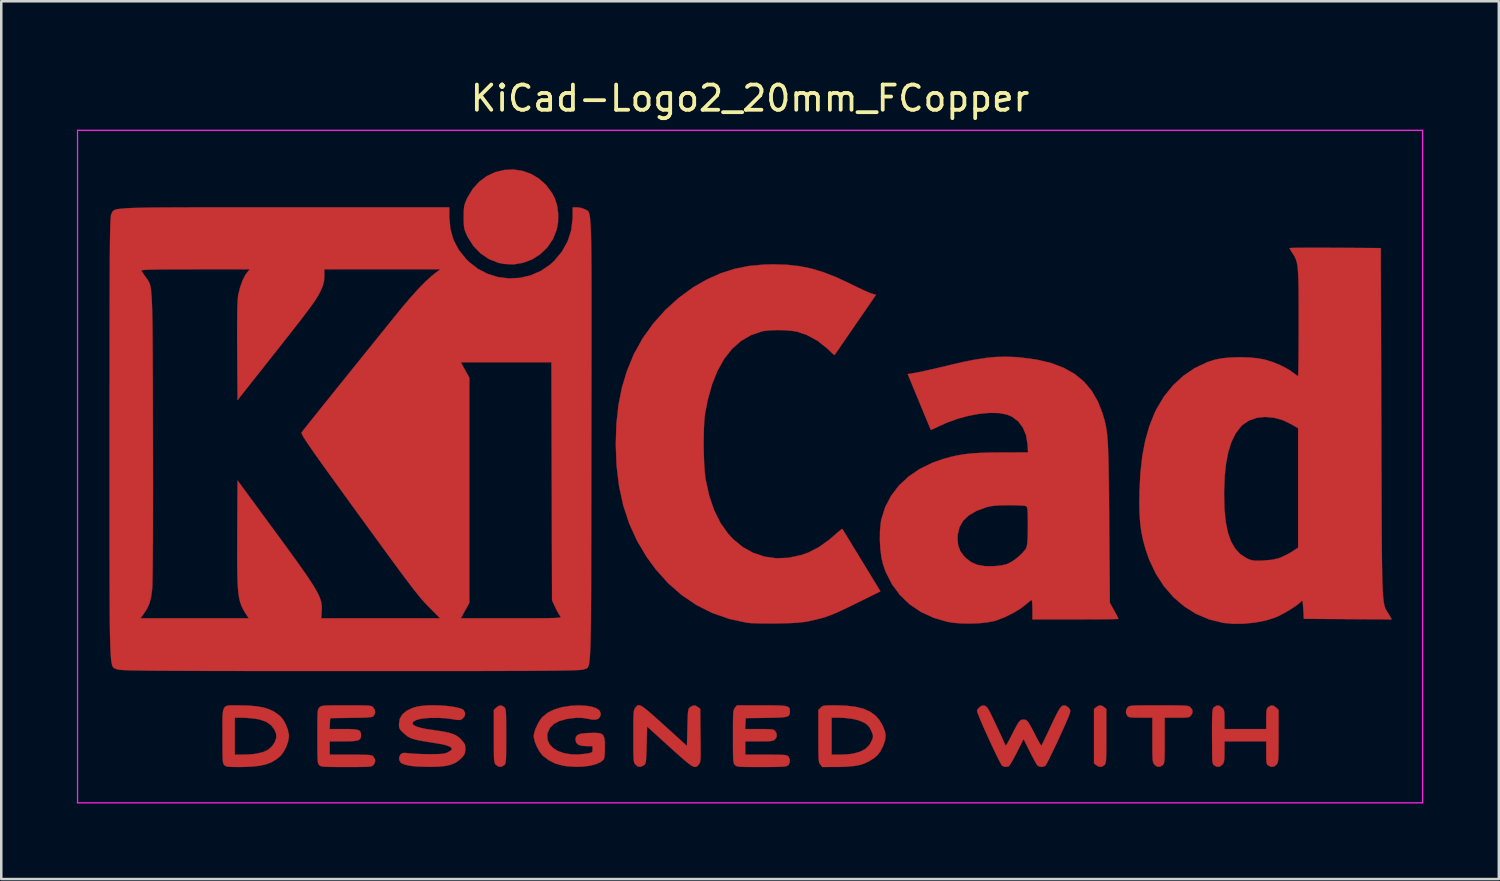
<source format=kicad_pcb>
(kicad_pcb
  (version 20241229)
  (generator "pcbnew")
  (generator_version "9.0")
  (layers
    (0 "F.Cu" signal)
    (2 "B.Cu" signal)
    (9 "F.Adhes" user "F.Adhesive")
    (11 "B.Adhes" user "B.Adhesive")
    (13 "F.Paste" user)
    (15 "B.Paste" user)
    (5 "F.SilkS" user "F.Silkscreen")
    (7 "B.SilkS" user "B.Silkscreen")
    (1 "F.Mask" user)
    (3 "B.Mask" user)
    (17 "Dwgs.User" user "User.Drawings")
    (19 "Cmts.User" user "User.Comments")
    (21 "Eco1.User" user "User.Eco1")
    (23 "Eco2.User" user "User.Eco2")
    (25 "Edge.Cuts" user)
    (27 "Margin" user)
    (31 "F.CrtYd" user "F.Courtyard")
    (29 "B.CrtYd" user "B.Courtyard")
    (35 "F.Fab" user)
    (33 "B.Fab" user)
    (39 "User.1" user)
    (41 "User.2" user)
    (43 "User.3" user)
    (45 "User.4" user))
  (footprint "KiCad-Logo2_20mm_FCopper"
    (layer "F.Cu")
    (at 26.695 13.548)
    (property "Reference" "KiCad-Logo2_20mm_FCopper" (at 0 -12.7 0) (layer "F.SilkS") (effects (font (size 1 1) (thickness 0.15))))
    (attr exclude_from_pos_files exclude_from_bom)
    (fp_poly (pts (xy 13.962 11.396) (xy 14.041 11.445) (xy 14.13 11.517) (xy 14.13 12.589) (xy 14.13 12.903) (xy 14.128 13.15) (xy 14.126 13.339) (xy 14.121 13.479) (xy 14.114 13.579) (xy 14.103 13.648) (xy 14.089 13.693) (xy 14.071 13.725) (xy 14.058 13.74) (xy 13.953 13.809) (xy 13.834 13.806) (xy 13.73 13.748) (xy 13.641 13.676) (xy 13.641 11.517) (xy 13.73 11.445) (xy 13.815 11.393) (xy 13.885 11.374) (xy 13.962 11.396)) (stroke (width 0.01) (type solid)) (fill yes) (layer "F.Cu"))
    (fp_poly (pts (xy -9.746 11.449) (xy -9.724 11.474) (xy -9.707 11.507) (xy -9.694 11.555) (xy -9.684 11.629) (xy -9.678 11.735) (xy -9.674 11.885) (xy -9.672 12.085) (xy -9.671 12.344) (xy -9.671 12.597) (xy -9.671 12.909) (xy -9.672 13.156) (xy -9.675 13.344) (xy -9.679 13.483) (xy -9.686 13.583) (xy -9.696 13.65) (xy -9.71 13.694) (xy -9.728 13.725) (xy -9.746 13.744) (xy -9.856 13.81) (xy -9.973 13.804) (xy -10.078 13.732) (xy -10.102 13.704) (xy -10.121 13.672) (xy -10.135 13.626) (xy -10.146 13.558) (xy -10.153 13.458) (xy -10.157 13.318) (xy -10.159 13.129) (xy -10.16 12.882) (xy -10.16 12.602) (xy -10.16 11.558) (xy -10.068 11.466) (xy -9.954 11.388) (xy -9.843 11.385) (xy -9.746 11.449)) (stroke (width 0.01) (type solid)) (fill yes) (layer "F.Cu"))
    (fp_poly (pts (xy -9.038 -9.825) (xy -8.696 -9.707) (xy -8.378 -9.52) (xy -8.094 -9.266) (xy -7.854 -8.943) (xy -7.746 -8.74) (xy -7.653 -8.455) (xy -7.608 -8.127) (xy -7.613 -7.79) (xy -7.668 -7.484) (xy -7.82 -7.11) (xy -8.04 -6.786) (xy -8.318 -6.518) (xy -8.641 -6.312) (xy -8.999 -6.175) (xy -9.381 -6.112) (xy -9.775 -6.132) (xy -9.969 -6.173) (xy -10.347 -6.32) (xy -10.683 -6.545) (xy -10.969 -6.84) (xy -11.196 -7.198) (xy -11.216 -7.238) (xy -11.282 -7.385) (xy -11.324 -7.508) (xy -11.346 -7.639) (xy -11.356 -7.807) (xy -11.357 -7.989) (xy -11.355 -8.208) (xy -11.343 -8.366) (xy -11.317 -8.494) (xy -11.271 -8.622) (xy -11.213 -8.748) (xy -10.999 -9.106) (xy -10.735 -9.397) (xy -10.432 -9.619) (xy -10.101 -9.772) (xy -9.751 -9.858) (xy -9.393 -9.876) (xy -9.038 -9.825)) (stroke (width 0.01) (type solid)) (fill yes) (layer "F.Cu"))
    (fp_poly (pts (xy 16.544 11.374) (xy 16.806 11.375) (xy 17.01 11.378) (xy 17.163 11.382) (xy 17.274 11.389) (xy 17.351 11.398) (xy 17.402 11.411) (xy 17.436 11.427) (xy 17.453 11.439) (xy 17.538 11.548) (xy 17.549 11.66) (xy 17.496 11.763) (xy 17.461 11.804) (xy 17.424 11.832) (xy 17.37 11.849) (xy 17.285 11.858) (xy 17.156 11.862) (xy 16.968 11.863) (xy 16.931 11.863) (xy 16.444 11.863) (xy 16.444 12.766) (xy 16.444 13.051) (xy 16.442 13.27) (xy 16.439 13.433) (xy 16.433 13.549) (xy 16.424 13.629) (xy 16.41 13.682) (xy 16.392 13.717) (xy 16.369 13.744) (xy 16.259 13.81) (xy 16.145 13.805) (xy 16.041 13.73) (xy 16.033 13.72) (xy 16.008 13.685) (xy 15.989 13.644) (xy 15.975 13.586) (xy 15.966 13.503) (xy 15.96 13.383) (xy 15.957 13.217) (xy 15.955 12.995) (xy 15.955 12.742) (xy 15.955 11.863) (xy 15.49 11.863) (xy 15.291 11.861) (xy 15.153 11.856) (xy 15.062 11.845) (xy 15.005 11.827) (xy 14.968 11.799) (xy 14.964 11.794) (xy 14.909 11.683) (xy 14.914 11.558) (xy 14.977 11.449) (xy 15.001 11.428) (xy 15.032 11.411) (xy 15.079 11.398) (xy 15.149 11.388) (xy 15.251 11.382) (xy 15.394 11.377) (xy 15.585 11.375) (xy 15.834 11.374) (xy 16.147 11.374) (xy 16.214 11.374) (xy 16.544 11.374)) (stroke (width 0.01) (type solid)) (fill yes) (layer "F.Cu"))
    (fp_poly (pts (xy 20.763 11.392) (xy 20.867 11.466) (xy 20.96 11.558) (xy 20.96 12.59) (xy 20.959 12.896) (xy 20.958 13.136) (xy 20.956 13.319) (xy 20.951 13.455) (xy 20.943 13.551) (xy 20.932 13.618) (xy 20.917 13.664) (xy 20.897 13.699) (xy 20.882 13.72) (xy 20.779 13.802) (xy 20.662 13.811) (xy 20.554 13.761) (xy 20.519 13.731) (xy 20.495 13.692) (xy 20.481 13.628) (xy 20.473 13.527) (xy 20.471 13.372) (xy 20.471 13.253) (xy 20.471 12.803) (xy 18.815 12.803) (xy 18.815 13.212) (xy 18.813 13.399) (xy 18.806 13.528) (xy 18.792 13.615) (xy 18.767 13.676) (xy 18.737 13.72) (xy 18.634 13.802) (xy 18.517 13.812) (xy 18.406 13.754) (xy 18.375 13.723) (xy 18.354 13.683) (xy 18.34 13.62) (xy 18.331 13.522) (xy 18.327 13.376) (xy 18.325 13.171) (xy 18.325 13.123) (xy 18.323 12.735) (xy 18.322 12.416) (xy 18.322 12.157) (xy 18.324 11.953) (xy 18.328 11.796) (xy 18.333 11.678) (xy 18.341 11.594) (xy 18.352 11.536) (xy 18.365 11.497) (xy 18.382 11.469) (xy 18.401 11.449) (xy 18.507 11.383) (xy 18.618 11.392) (xy 18.722 11.466) (xy 18.765 11.514) (xy 18.792 11.567) (xy 18.807 11.642) (xy 18.813 11.757) (xy 18.815 11.929) (xy 18.815 11.936) (xy 18.815 12.314) (xy 20.471 12.314) (xy 20.471 11.919) (xy 20.472 11.737) (xy 20.479 11.614) (xy 20.493 11.534) (xy 20.518 11.481) (xy 20.546 11.449) (xy 20.652 11.383) (xy 20.763 11.392)) (stroke (width 0.01) (type solid)) (fill yes) (layer "F.Cu"))
    (fp_poly (pts (xy 3.394 11.374) (xy 3.824 11.389) (xy 4.19 11.433) (xy 4.497 11.509) (xy 4.753 11.62) (xy 4.962 11.769) (xy 5.131 11.957) (xy 5.266 12.189) (xy 5.268 12.195) (xy 5.349 12.402) (xy 5.377 12.585) (xy 5.354 12.77) (xy 5.279 12.98) (xy 5.265 13.012) (xy 5.167 13.2) (xy 5.058 13.345) (xy 4.917 13.468) (xy 4.724 13.59) (xy 4.713 13.597) (xy 4.545 13.677) (xy 4.355 13.738) (xy 4.132 13.779) (xy 3.862 13.805) (xy 3.534 13.817) (xy 3.418 13.818) (xy 2.865 13.819) (xy 2.787 13.72) (xy 2.764 13.688) (xy 2.746 13.65) (xy 2.733 13.597) (xy 2.723 13.521) (xy 2.716 13.411) (xy 2.714 13.33) (xy 3.236 13.33) (xy 3.549 13.33) (xy 3.732 13.325) (xy 3.92 13.311) (xy 4.074 13.291) (xy 4.084 13.289) (xy 4.358 13.216) (xy 4.57 13.105) (xy 4.728 12.953) (xy 4.838 12.753) (xy 4.857 12.7) (xy 4.876 12.618) (xy 4.868 12.536) (xy 4.828 12.428) (xy 4.804 12.375) (xy 4.727 12.233) (xy 4.633 12.134) (xy 4.53 12.065) (xy 4.323 11.975) (xy 4.059 11.91) (xy 3.751 11.872) (xy 3.528 11.864) (xy 3.236 11.863) (xy 3.236 13.33) (xy 2.714 13.33) (xy 2.712 13.26) (xy 2.71 13.058) (xy 2.709 12.795) (xy 2.709 12.59) (xy 2.709 11.558) (xy 2.802 11.466) (xy 2.843 11.428) (xy 2.887 11.403) (xy 2.949 11.387) (xy 3.043 11.378) (xy 3.182 11.375) (xy 3.382 11.374) (xy 3.394 11.374)) (stroke (width 0.01) (type solid)) (fill yes) (layer "F.Cu"))
    (fp_poly (pts (xy -20.405 11.374) (xy -20.273 11.375) (xy -19.887 11.384) (xy -19.564 11.412) (xy -19.293 11.461) (xy -19.062 11.534) (xy -18.861 11.634) (xy -18.679 11.765) (xy -18.614 11.822) (xy -18.506 11.955) (xy -18.408 12.135) (xy -18.333 12.334) (xy -18.292 12.526) (xy -18.288 12.597) (xy -18.315 12.793) (xy -18.386 13.007) (xy -18.49 13.209) (xy -18.613 13.371) (xy -18.633 13.391) (xy -18.802 13.528) (xy -18.987 13.635) (xy -19.199 13.715) (xy -19.448 13.77) (xy -19.746 13.803) (xy -20.102 13.818) (xy -20.265 13.819) (xy -20.473 13.818) (xy -20.618 13.814) (xy -20.716 13.805) (xy -20.78 13.789) (xy -20.824 13.765) (xy -20.847 13.744) (xy -20.869 13.719) (xy -20.886 13.686) (xy -20.899 13.638) (xy -20.908 13.564) (xy -20.915 13.458) (xy -20.919 13.308) (xy -20.921 13.108) (xy -20.922 12.849) (xy -20.922 12.597) (xy -20.923 12.26) (xy -20.923 11.991) (xy -20.92 11.863) (xy -20.433 11.863) (xy -20.433 13.33) (xy -20.122 13.33) (xy -19.936 13.325) (xy -19.74 13.311) (xy -19.577 13.292) (xy -19.572 13.291) (xy -19.308 13.227) (xy -19.103 13.128) (xy -18.948 12.986) (xy -18.849 12.833) (xy -18.788 12.663) (xy -18.793 12.504) (xy -18.863 12.333) (xy -19.002 12.156) (xy -19.193 12.025) (xy -19.442 11.938) (xy -19.609 11.907) (xy -19.798 11.885) (xy -19.998 11.869) (xy -20.169 11.863) (xy -20.179 11.863) (xy -20.433 11.863) (xy -20.92 11.863) (xy -20.918 11.783) (xy -20.903 11.627) (xy -20.876 11.516) (xy -20.832 11.443) (xy -20.767 11.399) (xy -20.676 11.378) (xy -20.557 11.372) (xy -20.405 11.374)) (stroke (width 0.01) (type solid)) (fill yes) (layer "F.Cu"))
    (fp_poly (pts (xy -4.334 11.388) (xy -4.255 11.434) (xy -4.152 11.51) (xy -4.02 11.618) (xy -3.853 11.762) (xy -3.646 11.947) (xy -3.394 12.175) (xy -3.104 12.437) (xy -2.502 12.983) (xy -2.484 12.25) (xy -2.477 11.998) (xy -2.47 11.81) (xy -2.462 11.676) (xy -2.452 11.584) (xy -2.437 11.524) (xy -2.417 11.486) (xy -2.39 11.457) (xy -2.376 11.445) (xy -2.261 11.382) (xy -2.151 11.391) (xy -2.064 11.445) (xy -1.976 11.517) (xy -1.965 12.567) (xy -1.961 12.876) (xy -1.96 13.118) (xy -1.96 13.304) (xy -1.963 13.441) (xy -1.97 13.539) (xy -1.979 13.608) (xy -1.994 13.655) (xy -2.012 13.69) (xy -2.033 13.718) (xy -2.078 13.771) (xy -2.123 13.805) (xy -2.174 13.819) (xy -2.237 13.807) (xy -2.318 13.766) (xy -2.424 13.693) (xy -2.561 13.583) (xy -2.735 13.433) (xy -2.952 13.24) (xy -3.199 13.017) (xy -4.083 12.215) (xy -4.102 12.945) (xy -4.108 13.197) (xy -4.115 13.385) (xy -4.123 13.518) (xy -4.133 13.61) (xy -4.148 13.669) (xy -4.168 13.708) (xy -4.195 13.736) (xy -4.209 13.748) (xy -4.333 13.811) (xy -4.449 13.802) (xy -4.55 13.72) (xy -4.574 13.688) (xy -4.592 13.649) (xy -4.605 13.597) (xy -4.615 13.52) (xy -4.622 13.41) (xy -4.626 13.258) (xy -4.628 13.055) (xy -4.628 12.792) (xy -4.628 12.597) (xy -4.628 12.291) (xy -4.627 12.052) (xy -4.624 11.87) (xy -4.619 11.736) (xy -4.612 11.64) (xy -4.601 11.574) (xy -4.585 11.528) (xy -4.565 11.493) (xy -4.55 11.473) (xy -4.513 11.426) (xy -4.478 11.39) (xy -4.44 11.37) (xy -4.393 11.368) (xy -4.334 11.388)) (stroke (width 0.01) (type solid)) (fill yes) (layer "F.Cu"))
    (fp_poly (pts (xy -6.5 11.392) (xy -6.272 11.43) (xy -6.096 11.49) (xy -5.982 11.568) (xy -5.951 11.613) (xy -5.92 11.717) (xy -5.941 11.811) (xy -6.008 11.901) (xy -6.112 11.942) (xy -6.264 11.939) (xy -6.381 11.916) (xy -6.641 11.873) (xy -6.907 11.869) (xy -7.205 11.904) (xy -7.287 11.919) (xy -7.564 11.997) (xy -7.781 12.113) (xy -7.935 12.265) (xy -8.024 12.452) (xy -8.042 12.548) (xy -8.03 12.743) (xy -7.952 12.916) (xy -7.816 13.063) (xy -7.628 13.181) (xy -7.396 13.266) (xy -7.126 13.315) (xy -6.826 13.325) (xy -6.503 13.292) (xy -6.485 13.289) (xy -6.356 13.265) (xy -6.285 13.242) (xy -6.254 13.207) (xy -6.247 13.15) (xy -6.247 13.119) (xy -6.247 12.992) (xy -6.475 12.992) (xy -6.676 12.978) (xy -6.814 12.934) (xy -6.894 12.856) (xy -6.923 12.74) (xy -6.923 12.725) (xy -6.906 12.626) (xy -6.848 12.555) (xy -6.74 12.508) (xy -6.572 12.481) (xy -6.41 12.471) (xy -6.175 12.465) (xy -6.004 12.474) (xy -5.887 12.506) (xy -5.815 12.571) (xy -5.776 12.678) (xy -5.76 12.836) (xy -5.757 13.044) (xy -5.762 13.275) (xy -5.776 13.433) (xy -5.8 13.517) (xy -5.804 13.523) (xy -5.934 13.628) (xy -6.124 13.712) (xy -6.363 13.771) (xy -6.638 13.805) (xy -6.937 13.812) (xy -7.249 13.79) (xy -7.432 13.763) (xy -7.719 13.682) (xy -7.986 13.549) (xy -8.21 13.376) (xy -8.244 13.342) (xy -8.354 13.197) (xy -8.454 13.017) (xy -8.531 12.829) (xy -8.574 12.658) (xy -8.58 12.592) (xy -8.557 12.455) (xy -8.499 12.284) (xy -8.414 12.105) (xy -8.316 11.941) (xy -8.229 11.831) (xy -8.026 11.668) (xy -7.763 11.538) (xy -7.451 11.445) (xy -7.097 11.391) (xy -6.773 11.377) (xy -6.5 11.392)) (stroke (width 0.01) (type solid)) (fill yes) (layer "F.Cu"))
    (fp_poly (pts (xy 0.768 11.374) (xy 1.022 11.377) (xy 1.217 11.384) (xy 1.361 11.397) (xy 1.461 11.418) (xy 1.525 11.447) (xy 1.561 11.487) (xy 1.577 11.54) (xy 1.58 11.607) (xy 1.58 11.614) (xy 1.577 11.69) (xy 1.561 11.748) (xy 1.524 11.792) (xy 1.458 11.823) (xy 1.353 11.844) (xy 1.201 11.857) (xy 0.993 11.865) (xy 0.721 11.87) (xy 0.638 11.871) (xy -0.169 11.882) (xy -0.181 12.098) (xy -0.192 12.314) (xy 0.369 12.314) (xy 0.588 12.315) (xy 0.744 12.319) (xy 0.85 12.326) (xy 0.919 12.339) (xy 0.964 12.359) (xy 0.996 12.388) (xy 0.996 12.388) (xy 1.055 12.5) (xy 1.052 12.621) (xy 0.991 12.725) (xy 0.979 12.735) (xy 0.936 12.763) (xy 0.877 12.782) (xy 0.789 12.794) (xy 0.658 12.801) (xy 0.472 12.803) (xy 0.353 12.803) (xy -0.188 12.803) (xy -0.188 13.33) (xy 0.634 13.33) (xy 0.905 13.331) (xy 1.111 13.333) (xy 1.262 13.337) (xy 1.367 13.344) (xy 1.437 13.355) (xy 1.482 13.371) (xy 1.511 13.392) (xy 1.518 13.399) (xy 1.572 13.504) (xy 1.576 13.624) (xy 1.532 13.728) (xy 1.497 13.761) (xy 1.46 13.779) (xy 1.404 13.793) (xy 1.319 13.804) (xy 1.196 13.811) (xy 1.026 13.816) (xy 0.8 13.819) (xy 0.51 13.819) (xy 0.445 13.819) (xy 0.15 13.819) (xy -0.079 13.818) (xy -0.251 13.816) (xy -0.376 13.811) (xy -0.463 13.802) (xy -0.52 13.791) (xy -0.558 13.774) (xy -0.586 13.753) (xy -0.601 13.737) (xy -0.623 13.71) (xy -0.641 13.676) (xy -0.654 13.626) (xy -0.664 13.552) (xy -0.67 13.445) (xy -0.674 13.295) (xy -0.676 13.094) (xy -0.677 12.833) (xy -0.677 12.613) (xy -0.677 12.305) (xy -0.676 12.064) (xy -0.673 11.879) (xy -0.669 11.743) (xy -0.661 11.645) (xy -0.65 11.577) (xy -0.635 11.53) (xy -0.616 11.495) (xy -0.599 11.473) (xy -0.521 11.374) (xy 0.446 11.374) (xy 0.768 11.374)) (stroke (width 0.01) (type solid)) (fill yes) (layer "F.Cu"))
    (fp_poly (pts (xy -15.709 11.374) (xy -15.478 11.375) (xy -15.303 11.378) (xy -15.176 11.383) (xy -15.087 11.391) (xy -15.027 11.403) (xy -14.987 11.419) (xy -14.957 11.441) (xy -14.946 11.45) (xy -14.88 11.554) (xy -14.868 11.673) (xy -14.912 11.778) (xy -14.932 11.8) (xy -14.964 11.82) (xy -15.016 11.836) (xy -15.098 11.848) (xy -15.219 11.857) (xy -15.389 11.864) (xy -15.617 11.868) (xy -15.825 11.871) (xy -16.651 11.882) (xy -16.662 12.098) (xy -16.674 12.314) (xy -16.113 12.314) (xy -15.87 12.316) (xy -15.692 12.325) (xy -15.569 12.344) (xy -15.491 12.378) (xy -15.448 12.429) (xy -15.431 12.502) (xy -15.428 12.569) (xy -15.436 12.652) (xy -15.468 12.713) (xy -15.531 12.755) (xy -15.637 12.782) (xy -15.795 12.797) (xy -16.013 12.803) (xy -16.133 12.803) (xy -16.67 12.803) (xy -16.67 13.33) (xy -15.842 13.33) (xy -15.571 13.331) (xy -15.364 13.332) (xy -15.213 13.336) (xy -15.107 13.343) (xy -15.035 13.354) (xy -14.988 13.369) (xy -14.956 13.39) (xy -14.939 13.406) (xy -14.882 13.495) (xy -14.864 13.575) (xy -14.89 13.672) (xy -14.939 13.744) (xy -14.965 13.767) (xy -14.999 13.784) (xy -15.049 13.798) (xy -15.126 13.807) (xy -15.237 13.813) (xy -15.392 13.817) (xy -15.601 13.819) (xy -15.871 13.819) (xy -16.011 13.819) (xy -16.312 13.819) (xy -16.546 13.818) (xy -16.724 13.815) (xy -16.853 13.81) (xy -16.944 13.802) (xy -17.004 13.791) (xy -17.044 13.775) (xy -17.073 13.755) (xy -17.084 13.744) (xy -17.106 13.719) (xy -17.123 13.686) (xy -17.136 13.637) (xy -17.146 13.564) (xy -17.152 13.457) (xy -17.156 13.307) (xy -17.158 13.106) (xy -17.159 12.846) (xy -17.159 12.603) (xy -17.159 12.292) (xy -17.158 12.048) (xy -17.156 11.862) (xy -17.152 11.724) (xy -17.145 11.626) (xy -17.135 11.56) (xy -17.121 11.516) (xy -17.102 11.486) (xy -17.078 11.461) (xy -17.072 11.455) (xy -17.043 11.431) (xy -17.01 11.411) (xy -16.962 11.397) (xy -16.891 11.387) (xy -16.788 11.38) (xy -16.643 11.376) (xy -16.446 11.374) (xy -16.189 11.374) (xy -16.007 11.374) (xy -15.709 11.374)) (stroke (width 0.01) (type solid)) (fill yes) (layer "F.Cu"))
    (fp_poly (pts (xy 12.482 11.38) (xy 12.548 11.403) (xy 12.55 11.405) (xy 12.639 11.472) (xy 12.688 11.542) (xy 12.697 11.575) (xy 12.697 11.618) (xy 12.683 11.68) (xy 12.654 11.768) (xy 12.606 11.889) (xy 12.535 12.052) (xy 12.441 12.265) (xy 12.318 12.534) (xy 12.251 12.681) (xy 12.129 12.943) (xy 12.014 13.185) (xy 11.912 13.396) (xy 11.825 13.569) (xy 11.76 13.694) (xy 11.719 13.763) (xy 11.711 13.772) (xy 11.607 13.814) (xy 11.49 13.809) (xy 11.397 13.758) (xy 11.393 13.754) (xy 11.356 13.697) (xy 11.293 13.587) (xy 11.213 13.438) (xy 11.123 13.263) (xy 11.091 13.199) (xy 10.847 12.71) (xy 10.581 13.241) (xy 10.486 13.425) (xy 10.398 13.584) (xy 10.324 13.706) (xy 10.271 13.78) (xy 10.253 13.796) (xy 10.114 13.817) (xy 9.999 13.772) (xy 9.966 13.725) (xy 9.907 13.619) (xy 9.829 13.465) (xy 9.736 13.274) (xy 9.632 13.056) (xy 9.523 12.822) (xy 9.413 12.581) (xy 9.306 12.345) (xy 9.209 12.123) (xy 9.125 11.926) (xy 9.059 11.765) (xy 9.016 11.65) (xy 9.001 11.591) (xy 9.001 11.589) (xy 9.038 11.515) (xy 9.111 11.439) (xy 9.116 11.436) (xy 9.206 11.385) (xy 9.29 11.385) (xy 9.321 11.395) (xy 9.359 11.416) (xy 9.4 11.457) (xy 9.448 11.526) (xy 9.508 11.633) (xy 9.585 11.786) (xy 9.683 11.992) (xy 9.772 12.183) (xy 9.875 12.404) (xy 9.967 12.603) (xy 10.043 12.769) (xy 10.099 12.892) (xy 10.131 12.962) (xy 10.135 12.973) (xy 10.156 12.955) (xy 10.203 12.88) (xy 10.27 12.76) (xy 10.352 12.604) (xy 10.384 12.54) (xy 10.494 12.323) (xy 10.579 12.166) (xy 10.645 12.057) (xy 10.701 11.99) (xy 10.752 11.954) (xy 10.805 11.94) (xy 10.84 11.938) (xy 10.902 11.943) (xy 10.956 11.966) (xy 11.01 12.015) (xy 11.071 12.1) (xy 11.146 12.23) (xy 11.242 12.415) (xy 11.296 12.52) (xy 11.382 12.687) (xy 11.457 12.826) (xy 11.515 12.924) (xy 11.548 12.971) (xy 11.553 12.973) (xy 11.574 12.936) (xy 11.622 12.841) (xy 11.692 12.697) (xy 11.779 12.515) (xy 11.878 12.305) (xy 11.927 12.2) (xy 12.054 11.93) (xy 12.156 11.723) (xy 12.239 11.57) (xy 12.308 11.467) (xy 12.368 11.405) (xy 12.424 11.378) (xy 12.482 11.38)) (stroke (width 0.01) (type solid)) (fill yes) (layer "F.Cu"))
    (fp_poly (pts (xy -12.306 11.378) (xy -12.056 11.395) (xy -11.824 11.423) (xy -11.623 11.459) (xy -11.467 11.502) (xy -11.368 11.553) (xy -11.353 11.568) (xy -11.3 11.683) (xy -11.316 11.801) (xy -11.398 11.902) (xy -11.402 11.905) (xy -11.45 11.937) (xy -11.5 11.953) (xy -11.57 11.955) (xy -11.678 11.943) (xy -11.84 11.917) (xy -11.853 11.915) (xy -12.096 11.885) (xy -12.357 11.871) (xy -12.62 11.87) (xy -12.865 11.884) (xy -13.073 11.912) (xy -13.228 11.952) (xy -13.238 11.956) (xy -13.35 12.019) (xy -13.39 12.082) (xy -13.359 12.145) (xy -13.26 12.204) (xy -13.096 12.259) (xy -12.87 12.308) (xy -12.719 12.331) (xy -12.405 12.376) (xy -12.155 12.417) (xy -11.959 12.458) (xy -11.806 12.502) (xy -11.685 12.553) (xy -11.586 12.614) (xy -11.498 12.689) (xy -11.427 12.763) (xy -11.344 12.866) (xy -11.302 12.954) (xy -11.289 13.063) (xy -11.289 13.103) (xy -11.299 13.236) (xy -11.337 13.334) (xy -11.404 13.422) (xy -11.541 13.555) (xy -11.693 13.657) (xy -11.872 13.731) (xy -12.089 13.779) (xy -12.356 13.806) (xy -12.684 13.814) (xy -12.738 13.814) (xy -12.956 13.809) (xy -13.173 13.799) (xy -13.364 13.785) (xy -13.506 13.767) (xy -13.518 13.765) (xy -13.659 13.732) (xy -13.779 13.689) (xy -13.847 13.651) (xy -13.91 13.549) (xy -13.915 13.43) (xy -13.86 13.324) (xy -13.848 13.312) (xy -13.798 13.276) (xy -13.735 13.261) (xy -13.637 13.264) (xy -13.519 13.277) (xy -13.387 13.289) (xy -13.201 13.299) (xy -12.985 13.307) (xy -12.759 13.311) (xy -12.7 13.311) (xy -12.474 13.31) (xy -12.308 13.305) (xy -12.189 13.296) (xy -12.101 13.28) (xy -12.03 13.256) (xy -11.987 13.236) (xy -11.893 13.181) (xy -11.834 13.131) (xy -11.825 13.116) (xy -11.843 13.058) (xy -11.931 13.001) (xy -12.082 12.948) (xy -12.289 12.903) (xy -12.351 12.893) (xy -12.67 12.842) (xy -12.925 12.8) (xy -13.126 12.764) (xy -13.282 12.729) (xy -13.402 12.694) (xy -13.498 12.654) (xy -13.578 12.608) (xy -13.652 12.551) (xy -13.731 12.481) (xy -13.758 12.457) (xy -13.851 12.366) (xy -13.901 12.293) (xy -13.92 12.211) (xy -13.923 12.107) (xy -13.889 11.902) (xy -13.786 11.729) (xy -13.615 11.587) (xy -13.378 11.476) (xy -13.208 11.427) (xy -13.024 11.395) (xy -12.803 11.376) (xy -12.559 11.371) (xy -12.306 11.378)) (stroke (width 0.01) (type solid)) (fill yes) (layer "F.Cu"))
    (fp_poly (pts (xy 1.459 -6.099) (xy 1.95 -6.045) (xy 2.425 -5.949) (xy 2.905 -5.805) (xy 3.408 -5.609) (xy 3.953 -5.355) (xy 4.052 -5.306) (xy 4.277 -5.195) (xy 4.49 -5.095) (xy 4.669 -5.016) (xy 4.793 -4.966) (xy 4.812 -4.96) (xy 4.995 -4.905) (xy 4.177 -3.716) (xy 3.977 -3.425) (xy 3.794 -3.16) (xy 3.635 -2.928) (xy 3.505 -2.74) (xy 3.411 -2.604) (xy 3.359 -2.529) (xy 3.35 -2.517) (xy 3.316 -2.541) (xy 3.231 -2.616) (xy 3.112 -2.727) (xy 3.046 -2.79) (xy 2.671 -3.087) (xy 2.251 -3.314) (xy 1.889 -3.437) (xy 1.672 -3.476) (xy 1.399 -3.5) (xy 1.105 -3.508) (xy 0.819 -3.5) (xy 0.574 -3.476) (xy 0.477 -3.457) (xy 0.037 -3.306) (xy -0.359 -3.075) (xy -0.712 -2.764) (xy -1.02 -2.375) (xy -1.284 -1.907) (xy -1.504 -1.362) (xy -1.678 -0.738) (xy -1.782 -0.205) (xy -1.809 0.031) (xy -1.827 0.335) (xy -1.837 0.686) (xy -1.839 1.062) (xy -1.833 1.442) (xy -1.818 1.802) (xy -1.796 2.122) (xy -1.767 2.38) (xy -1.761 2.42) (xy -1.62 3.06) (xy -1.428 3.626) (xy -1.183 4.122) (xy -0.885 4.549) (xy -0.674 4.78) (xy -0.294 5.093) (xy 0.122 5.325) (xy 0.569 5.475) (xy 1.038 5.542) (xy 1.522 5.523) (xy 2.016 5.418) (xy 2.307 5.316) (xy 2.711 5.111) (xy 3.127 4.816) (xy 3.36 4.617) (xy 3.491 4.502) (xy 3.593 4.418) (xy 3.652 4.377) (xy 3.659 4.376) (xy 3.685 4.417) (xy 3.753 4.527) (xy 3.856 4.696) (xy 3.99 4.915) (xy 4.147 5.173) (xy 4.324 5.462) (xy 4.422 5.623) (xy 5.171 6.854) (xy 4.236 7.316) (xy 3.897 7.482) (xy 3.623 7.613) (xy 3.397 7.715) (xy 3.201 7.795) (xy 3.019 7.86) (xy 2.835 7.916) (xy 2.631 7.968) (xy 2.435 8.015) (xy 2.261 8.051) (xy 2.08 8.078) (xy 1.872 8.098) (xy 1.62 8.112) (xy 1.305 8.122) (xy 1.092 8.126) (xy 0.79 8.129) (xy 0.499 8.128) (xy 0.241 8.122) (xy 0.033 8.113) (xy -0.105 8.101) (xy -0.113 8.1) (xy -0.828 7.945) (xy -1.499 7.711) (xy -2.127 7.396) (xy -2.71 7.002) (xy -3.25 6.529) (xy -3.744 5.976) (xy -4.103 5.485) (xy -4.484 4.842) (xy -4.793 4.163) (xy -5.029 3.443) (xy -5.196 2.675) (xy -5.294 1.855) (xy -5.325 1.023) (xy -5.3 0.218) (xy -5.22 -0.525) (xy -5.083 -1.218) (xy -4.887 -1.874) (xy -4.629 -2.506) (xy -4.598 -2.571) (xy -4.258 -3.183) (xy -3.841 -3.764) (xy -3.358 -4.305) (xy -2.821 -4.791) (xy -2.243 -5.212) (xy -1.703 -5.52) (xy -1.158 -5.762) (xy -0.613 -5.937) (xy -0.044 -6.051) (xy 0.567 -6.107) (xy 0.933 -6.115) (xy 1.459 -6.099)) (stroke (width 0.01) (type solid)) (fill yes) (layer "F.Cu"))
    (fp_poly (pts (xy 22.685 -6.774) (xy 23.072 -6.772) (xy 23.204 -6.772) (xy 25.013 -6.76) (xy 25.036 0.182) (xy 25.039 1.123) (xy 25.042 1.978) (xy 25.044 2.751) (xy 25.047 3.445) (xy 25.049 4.067) (xy 25.052 4.619) (xy 25.056 5.107) (xy 25.06 5.535) (xy 25.065 5.907) (xy 25.071 6.228) (xy 25.078 6.502) (xy 25.087 6.734) (xy 25.097 6.928) (xy 25.109 7.088) (xy 25.123 7.219) (xy 25.139 7.325) (xy 25.157 7.411) (xy 25.178 7.482) (xy 25.201 7.54) (xy 25.227 7.592) (xy 25.255 7.641) (xy 25.287 7.692) (xy 25.322 7.749) (xy 25.329 7.761) (xy 25.45 7.967) (xy 21.963 7.943) (xy 21.941 7.56) (xy 21.928 7.376) (xy 21.915 7.27) (xy 21.898 7.228) (xy 21.871 7.237) (xy 21.849 7.261) (xy 21.754 7.349) (xy 21.598 7.463) (xy 21.403 7.588) (xy 21.192 7.712) (xy 20.987 7.82) (xy 20.83 7.891) (xy 20.46 8.008) (xy 20.037 8.09) (xy 19.59 8.136) (xy 19.152 8.141) (xy 18.753 8.103) (xy 18.746 8.101) (xy 18.2 7.964) (xy 17.689 7.746) (xy 17.218 7.451) (xy 16.791 7.085) (xy 16.415 6.651) (xy 16.092 6.154) (xy 15.83 5.6) (xy 15.687 5.189) (xy 15.592 4.846) (xy 15.522 4.513) (xy 15.475 4.171) (xy 15.447 3.8) (xy 15.437 3.378) (xy 15.442 3.034) (xy 18.801 3.034) (xy 18.816 3.611) (xy 18.867 4.107) (xy 18.953 4.528) (xy 19.076 4.876) (xy 19.238 5.157) (xy 19.44 5.375) (xy 19.674 5.529) (xy 19.796 5.587) (xy 19.901 5.621) (xy 20.019 5.637) (xy 20.177 5.638) (xy 20.347 5.632) (xy 20.682 5.603) (xy 20.947 5.545) (xy 21.03 5.516) (xy 21.22 5.43) (xy 21.421 5.323) (xy 21.508 5.269) (xy 21.736 5.12) (xy 21.736 0.388) (xy 21.485 0.238) (xy 21.136 0.068) (xy 20.779 -0.032) (xy 20.428 -0.064) (xy 20.095 -0.027) (xy 19.794 0.077) (xy 19.538 0.248) (xy 19.455 0.33) (xy 19.255 0.599) (xy 19.094 0.924) (xy 18.969 1.312) (xy 18.88 1.767) (xy 18.824 2.296) (xy 18.801 2.903) (xy 18.801 3.034) (xy 15.442 3.034) (xy 15.443 2.891) (xy 15.482 2.142) (xy 15.559 1.466) (xy 15.677 0.854) (xy 15.838 0.295) (xy 16.043 -0.219) (xy 16.117 -0.372) (xy 16.413 -0.87) (xy 16.77 -1.312) (xy 17.18 -1.691) (xy 17.636 -2.001) (xy 18.128 -2.234) (xy 18.422 -2.331) (xy 18.712 -2.388) (xy 19.06 -2.422) (xy 19.438 -2.432) (xy 19.817 -2.42) (xy 20.166 -2.385) (xy 20.447 -2.33) (xy 20.781 -2.221) (xy 21.105 -2.081) (xy 21.389 -1.925) (xy 21.54 -1.818) (xy 21.644 -1.739) (xy 21.716 -1.691) (xy 21.733 -1.684) (xy 21.738 -1.728) (xy 21.743 -1.854) (xy 21.747 -2.054) (xy 21.751 -2.318) (xy 21.754 -2.637) (xy 21.756 -3.002) (xy 21.758 -3.406) (xy 21.758 -3.816) (xy 21.758 -4.343) (xy 21.757 -4.786) (xy 21.754 -5.156) (xy 21.748 -5.46) (xy 21.739 -5.706) (xy 21.726 -5.905) (xy 21.708 -6.063) (xy 21.684 -6.189) (xy 21.654 -6.292) (xy 21.617 -6.381) (xy 21.572 -6.463) (xy 21.518 -6.548) (xy 21.511 -6.558) (xy 21.442 -6.668) (xy 21.4 -6.743) (xy 21.394 -6.759) (xy 21.438 -6.764) (xy 21.563 -6.768) (xy 21.76 -6.771) (xy 22.019 -6.773) (xy 22.331 -6.774) (xy 22.685 -6.774)) (stroke (width 0.01) (type solid)) (fill yes) (layer "F.Cu"))
    (fp_poly (pts (xy 10.502 -2.439) (xy 10.727 -2.422) (xy 11.372 -2.336) (xy 11.944 -2.2) (xy 12.444 -2.01) (xy 12.876 -1.765) (xy 13.243 -1.463) (xy 13.547 -1.103) (xy 13.791 -0.683) (xy 13.97 -0.228) (xy 14.015 -0.082) (xy 14.054 0.054) (xy 14.088 0.188) (xy 14.117 0.327) (xy 14.142 0.479) (xy 14.163 0.651) (xy 14.18 0.851) (xy 14.194 1.085) (xy 14.205 1.362) (xy 14.215 1.687) (xy 14.222 2.069) (xy 14.229 2.516) (xy 14.235 3.033) (xy 14.24 3.629) (xy 14.244 4.097) (xy 14.27 7.306) (xy 14.441 7.615) (xy 14.522 7.764) (xy 14.582 7.879) (xy 14.611 7.941) (xy 14.612 7.945) (xy 14.568 7.95) (xy 14.443 7.954) (xy 14.247 7.958) (xy 13.99 7.961) (xy 13.681 7.964) (xy 13.331 7.965) (xy 12.95 7.966) (xy 12.905 7.966) (xy 11.198 7.966) (xy 11.198 7.579) (xy 11.195 7.404) (xy 11.187 7.27) (xy 11.176 7.199) (xy 11.171 7.192) (xy 11.126 7.22) (xy 11.033 7.293) (xy 10.912 7.395) (xy 10.909 7.398) (xy 10.689 7.562) (xy 10.41 7.727) (xy 10.105 7.876) (xy 9.805 7.994) (xy 9.673 8.034) (xy 9.41 8.085) (xy 9.087 8.118) (xy 8.735 8.131) (xy 8.381 8.126) (xy 8.057 8.1) (xy 7.829 8.063) (xy 7.272 7.899) (xy 6.771 7.666) (xy 6.328 7.367) (xy 5.948 7.003) (xy 5.633 6.579) (xy 5.386 6.096) (xy 5.28 5.804) (xy 5.213 5.519) (xy 5.169 5.178) (xy 5.148 4.811) (xy 5.149 4.757) (xy 8.228 4.757) (xy 8.253 5.03) (xy 8.338 5.257) (xy 8.495 5.467) (xy 8.556 5.529) (xy 8.77 5.695) (xy 9.018 5.802) (xy 9.315 5.854) (xy 9.628 5.858) (xy 9.925 5.833) (xy 10.152 5.783) (xy 10.251 5.746) (xy 10.428 5.646) (xy 10.617 5.504) (xy 10.789 5.345) (xy 10.917 5.193) (xy 10.951 5.137) (xy 10.977 5.059) (xy 10.996 4.934) (xy 11.008 4.751) (xy 11.014 4.498) (xy 11.016 4.257) (xy 11.015 3.976) (xy 11.011 3.773) (xy 11.004 3.634) (xy 10.991 3.547) (xy 10.972 3.498) (xy 10.945 3.473) (xy 10.936 3.469) (xy 10.863 3.457) (xy 10.718 3.448) (xy 10.521 3.441) (xy 10.292 3.438) (xy 10.242 3.438) (xy 9.936 3.443) (xy 9.699 3.457) (xy 9.511 3.484) (xy 9.356 3.522) (xy 8.97 3.668) (xy 8.668 3.847) (xy 8.447 4.062) (xy 8.303 4.317) (xy 8.235 4.613) (xy 8.228 4.757) (xy 5.149 4.757) (xy 5.153 4.45) (xy 5.184 4.126) (xy 5.208 3.995) (xy 5.361 3.51) (xy 5.594 3.063) (xy 5.903 2.66) (xy 6.283 2.304) (xy 6.729 1.999) (xy 7.238 1.751) (xy 7.67 1.6) (xy 7.959 1.52) (xy 8.235 1.459) (xy 8.517 1.413) (xy 8.822 1.38) (xy 9.168 1.36) (xy 9.573 1.349) (xy 9.94 1.346) (xy 11.026 1.343) (xy 11.005 1.016) (xy 10.946 0.662) (xy 10.82 0.358) (xy 10.633 0.11) (xy 10.391 -0.072) (xy 10.177 -0.161) (xy 9.87 -0.217) (xy 9.506 -0.225) (xy 9.1 -0.188) (xy 8.67 -0.109) (xy 8.232 0.009) (xy 7.805 0.164) (xy 7.495 0.305) (xy 7.345 0.377) (xy 7.231 0.428) (xy 7.173 0.447) (xy 7.17 0.447) (xy 7.15 0.403) (xy 7.1 0.285) (xy 7.025 0.106) (xy 6.93 -0.123) (xy 6.818 -0.392) (xy 6.705 -0.666) (xy 6.251 -1.764) (xy 6.574 -1.817) (xy 6.714 -1.844) (xy 6.924 -1.889) (xy 7.186 -1.947) (xy 7.483 -2.016) (xy 7.796 -2.09) (xy 7.92 -2.121) (xy 8.46 -2.246) (xy 8.932 -2.339) (xy 9.355 -2.404) (xy 9.745 -2.441) (xy 10.122 -2.452) (xy 10.502 -2.439)) (stroke (width 0.01) (type solid)) (fill yes) (layer "F.Cu"))
    (fp_poly (pts (xy -19.746 -8.376) (xy -18.869 -8.376) (xy -18.461 -8.376) (xy -11.926 -8.376) (xy -11.926 -7.99) (xy -11.885 -7.522) (xy -11.761 -7.089) (xy -11.553 -6.691) (xy -11.259 -6.324) (xy -11.16 -6.225) (xy -10.803 -5.943) (xy -10.409 -5.738) (xy -9.991 -5.609) (xy -9.559 -5.556) (xy -9.126 -5.579) (xy -8.702 -5.677) (xy -8.301 -5.851) (xy -7.933 -6.101) (xy -7.768 -6.252) (xy -7.46 -6.621) (xy -7.234 -7.027) (xy -7.092 -7.466) (xy -7.036 -7.931) (xy -7.036 -7.977) (xy -7.033 -8.376) (xy -6.858 -8.376) (xy -6.702 -8.355) (xy -6.561 -8.303) (xy -6.551 -8.298) (xy -6.519 -8.281) (xy -6.49 -8.268) (xy -6.463 -8.255) (xy -6.438 -8.238) (xy -6.416 -8.214) (xy -6.396 -8.178) (xy -6.378 -8.127) (xy -6.362 -8.057) (xy -6.348 -7.964) (xy -6.336 -7.845) (xy -6.325 -7.695) (xy -6.316 -7.512) (xy -6.308 -7.29) (xy -6.302 -7.027) (xy -6.297 -6.719) (xy -6.293 -6.361) (xy -6.29 -5.951) (xy -6.288 -5.484) (xy -6.287 -4.957) (xy -6.287 -4.365) (xy -6.287 -3.705) (xy -6.287 -2.974) (xy -6.288 -2.167) (xy -6.29 -1.281) (xy -6.291 -0.312) (xy -6.292 0.744) (xy -6.293 0.873) (xy -6.294 1.935) (xy -6.295 2.911) (xy -6.296 3.803) (xy -6.297 4.615) (xy -6.299 5.352) (xy -6.3 6.016) (xy -6.302 6.611) (xy -6.304 7.142) (xy -6.308 7.613) (xy -6.311 8.026) (xy -6.316 8.385) (xy -6.322 8.695) (xy -6.329 8.96) (xy -6.337 9.182) (xy -6.347 9.366) (xy -6.358 9.515) (xy -6.37 9.634) (xy -6.384 9.726) (xy -6.401 9.795) (xy -6.419 9.844) (xy -6.439 9.877) (xy -6.462 9.899) (xy -6.486 9.913) (xy -6.514 9.922) (xy -6.544 9.931) (xy -6.576 9.942) (xy -6.584 9.946) (xy -6.609 9.954) (xy -6.651 9.962) (xy -6.713 9.968) (xy -6.8 9.975) (xy -6.914 9.98) (xy -7.06 9.985) (xy -7.241 9.99) (xy -7.46 9.994) (xy -7.722 9.998) (xy -8.03 10.001) (xy -8.388 10.003) (xy -8.8 10.006) (xy -9.268 10.008) (xy -9.797 10.009) (xy -10.39 10.011) (xy -11.051 10.012) (xy -11.784 10.012) (xy -12.593 10.013) (xy -13.48 10.013) (xy -14.45 10.013) (xy -15.506 10.013) (xy -15.848 10.013) (xy -16.927 10.013) (xy -17.919 10.013) (xy -18.828 10.012) (xy -19.656 10.012) (xy -20.409 10.011) (xy -21.089 10.01) (xy -21.699 10.009) (xy -22.245 10.007) (xy -22.73 10.005) (xy -23.156 10.003) (xy -23.529 10.001) (xy -23.851 9.998) (xy -24.126 9.994) (xy -24.359 9.99) (xy -24.552 9.986) (xy -24.709 9.981) (xy -24.835 9.976) (xy -24.933 9.97) (xy -25.006 9.963) (xy -25.058 9.956) (xy -25.093 9.948) (xy -25.112 9.941) (xy -25.146 9.927) (xy -25.178 9.916) (xy -25.206 9.905) (xy -25.232 9.891) (xy -25.256 9.869) (xy -25.277 9.836) (xy -25.296 9.788) (xy -25.313 9.721) (xy -25.329 9.631) (xy -25.342 9.515) (xy -25.353 9.369) (xy -25.363 9.189) (xy -25.372 8.972) (xy -25.379 8.713) (xy -25.385 8.409) (xy -25.389 8.056) (xy -25.39 7.92) (xy -24.176 7.92) (xy -19.882 7.92) (xy -19.964 7.795) (xy -20.046 7.667) (xy -20.116 7.544) (xy -20.174 7.419) (xy -20.221 7.283) (xy -20.259 7.128) (xy -20.288 6.944) (xy -20.31 6.724) (xy -20.325 6.458) (xy -20.334 6.138) (xy -20.338 5.757) (xy -20.339 5.304) (xy -20.337 4.771) (xy -20.336 4.573) (xy -20.325 2.454) (xy -18.982 4.282) (xy -18.601 4.8) (xy -18.272 5.252) (xy -17.989 5.642) (xy -17.751 5.978) (xy -17.552 6.264) (xy -17.39 6.508) (xy -17.262 6.714) (xy -17.162 6.889) (xy -17.089 7.039) (xy -17.038 7.17) (xy -17.006 7.287) (xy -16.989 7.398) (xy -16.983 7.507) (xy -16.986 7.621) (xy -16.987 7.635) (xy -17.002 7.921) (xy -14.649 7.921) (xy -12.296 7.92) (xy -12.646 7.567) (xy -12.741 7.471) (xy -12.831 7.377) (xy -12.92 7.281) (xy -13.012 7.176) (xy -13.112 7.059) (xy -13.222 6.924) (xy -13.347 6.765) (xy -13.491 6.578) (xy -13.657 6.357) (xy -13.851 6.098) (xy -14.075 5.794) (xy -14.334 5.441) (xy -14.631 5.034) (xy -14.971 4.567) (xy -15.358 4.036) (xy -15.675 3.6) (xy -16.072 3.052) (xy -16.419 2.573) (xy -16.718 2.159) (xy -16.973 1.804) (xy -17.187 1.504) (xy -17.362 1.255) (xy -17.502 1.052) (xy -17.611 0.891) (xy -17.69 0.766) (xy -17.744 0.674) (xy -17.776 0.61) (xy -17.788 0.569) (xy -17.784 0.548) (xy -17.74 0.491) (xy -17.644 0.37) (xy -17.503 0.193) (xy -17.322 -0.033) (xy -17.106 -0.302) (xy -16.863 -0.606) (xy -16.597 -0.937) (xy -16.314 -1.289) (xy -16.02 -1.654) (xy -15.72 -2.026) (xy -15.556 -2.23) (xy -11.469 -2.23) (xy -11.13 -1.616) (xy -11.13 7.306) (xy -11.469 7.92) (xy -9.46 7.92) (xy -8.981 7.92) (xy -8.584 7.92) (xy -8.264 7.918) (xy -8.012 7.916) (xy -7.821 7.912) (xy -7.683 7.906) (xy -7.59 7.898) (xy -7.536 7.888) (xy -7.512 7.875) (xy -7.51 7.859) (xy -7.524 7.84) (xy -7.524 7.84) (xy -7.582 7.757) (xy -7.658 7.622) (xy -7.725 7.487) (xy -7.852 7.215) (xy -7.865 2.492) (xy -7.878 -2.23) (xy -11.469 -2.23) (xy -15.556 -2.23) (xy -15.422 -2.397) (xy -15.129 -2.76) (xy -14.849 -3.107) (xy -14.586 -3.432) (xy -14.348 -3.728) (xy -14.138 -3.987) (xy -13.964 -4.202) (xy -13.831 -4.365) (xy -13.752 -4.461) (xy -13.448 -4.818) (xy -13.156 -5.14) (xy -12.885 -5.417) (xy -12.646 -5.638) (xy -12.477 -5.773) (xy -12.277 -5.918) (xy -16.883 -5.918) (xy -16.882 -5.647) (xy -16.895 -5.449) (xy -16.943 -5.264) (xy -17.018 -5.09) (xy -17.067 -4.991) (xy -17.119 -4.893) (xy -17.18 -4.79) (xy -17.254 -4.674) (xy -17.346 -4.54) (xy -17.461 -4.381) (xy -17.603 -4.191) (xy -17.778 -3.962) (xy -17.99 -3.689) (xy -18.244 -3.365) (xy -18.544 -2.983) (xy -18.896 -2.537) (xy -18.936 -2.487) (xy -20.325 -0.731) (xy -20.338 -2.676) (xy -20.341 -3.258) (xy -20.34 -3.751) (xy -20.336 -4.157) (xy -20.329 -4.476) (xy -20.318 -4.711) (xy -20.304 -4.862) (xy -20.3 -4.891) (xy -20.226 -5.195) (xy -20.129 -5.468) (xy -20.019 -5.688) (xy -19.953 -5.782) (xy -19.839 -5.918) (xy -22.007 -5.918) (xy -22.525 -5.917) (xy -22.957 -5.916) (xy -23.312 -5.913) (xy -23.594 -5.909) (xy -23.81 -5.904) (xy -23.967 -5.897) (xy -24.07 -5.888) (xy -24.127 -5.877) (xy -24.143 -5.864) (xy -24.142 -5.861) (xy -24.096 -5.791) (xy -24.019 -5.681) (xy -23.98 -5.626) (xy -23.938 -5.57) (xy -23.902 -5.52) (xy -23.869 -5.472) (xy -23.839 -5.419) (xy -23.813 -5.358) (xy -23.791 -5.283) (xy -23.771 -5.189) (xy -23.754 -5.072) (xy -23.74 -4.927) (xy -23.728 -4.748) (xy -23.718 -4.532) (xy -23.71 -4.272) (xy -23.703 -3.964) (xy -23.698 -3.604) (xy -23.694 -3.186) (xy -23.691 -2.706) (xy -23.688 -2.158) (xy -23.686 -1.537) (xy -23.684 -0.84) (xy -23.683 -0.061) (xy -23.681 0.656) (xy -23.679 1.454) (xy -23.678 2.216) (xy -23.678 2.936) (xy -23.679 3.61) (xy -23.68 4.232) (xy -23.682 4.799) (xy -23.685 5.304) (xy -23.689 5.744) (xy -23.693 6.113) (xy -23.697 6.406) (xy -23.703 6.619) (xy -23.708 6.746) (xy -23.71 6.76) (xy -23.75 7.069) (xy -23.813 7.318) (xy -23.908 7.535) (xy -24.047 7.749) (xy -24.065 7.772) (xy -24.176 7.92) (xy -25.39 7.92) (xy -25.393 7.65) (xy -25.396 7.188) (xy -25.398 6.666) (xy -25.399 6.079) (xy -25.4 5.425) (xy -25.4 4.7) (xy -25.4 3.899) (xy -25.4 3.019) (xy -25.4 2.056) (xy -25.4 1.007) (xy -25.4 0.799) (xy -25.4 -0.261) (xy -25.4 -1.234) (xy -25.399 -2.124) (xy -25.399 -2.933) (xy -25.398 -3.667) (xy -25.397 -4.328) (xy -25.396 -4.921) (xy -25.394 -5.448) (xy -25.392 -5.915) (xy -25.39 -6.324) (xy -25.387 -6.679) (xy -25.384 -6.985) (xy -25.38 -7.244) (xy -25.376 -7.461) (xy -25.371 -7.639) (xy -25.366 -7.782) (xy -25.361 -7.894) (xy -25.354 -7.978) (xy -25.347 -8.039) (xy -25.34 -8.079) (xy -25.331 -8.103) (xy -25.331 -8.104) (xy -25.314 -8.141) (xy -25.3 -8.174) (xy -25.284 -8.204) (xy -25.262 -8.231) (xy -25.23 -8.255) (xy -25.183 -8.277) (xy -25.118 -8.295) (xy -25.029 -8.311) (xy -24.912 -8.325) (xy -24.763 -8.337) (xy -24.577 -8.347) (xy -24.35 -8.355) (xy -24.079 -8.361) (xy -23.757 -8.366) (xy -23.381 -8.37) (xy -22.947 -8.372) (xy -22.45 -8.374) (xy -21.886 -8.375) (xy -21.25 -8.376) (xy -20.538 -8.376) (xy -19.746 -8.376)) (stroke (width 0.01) (type solid)) (fill yes) (layer "F.Cu"))
    (fp_line (start -26.67 -11.43) (end 26.67 -11.43) (stroke (width 0.05) (type solid)) (layer "F.CrtYd"))
    (fp_line (start -26.67 15.24) (end -26.67 -11.43) (stroke (width 0.05) (type solid)) (layer "F.CrtYd"))
    (fp_line (start 26.67 -11.43) (end 26.67 15.24) (stroke (width 0.05) (type solid)) (layer "F.CrtYd"))
    (fp_line (start 26.67 15.24) (end -26.67 15.24) (stroke (width 0.05) (type solid)) (layer "F.CrtYd")))
  (gr_rect
    (start -3 -3)
    (end 56.39 31.813)
    (stroke (width 0.1) (type default))
    (fill no)
    (layer "Edge.Cuts")))
</source>
